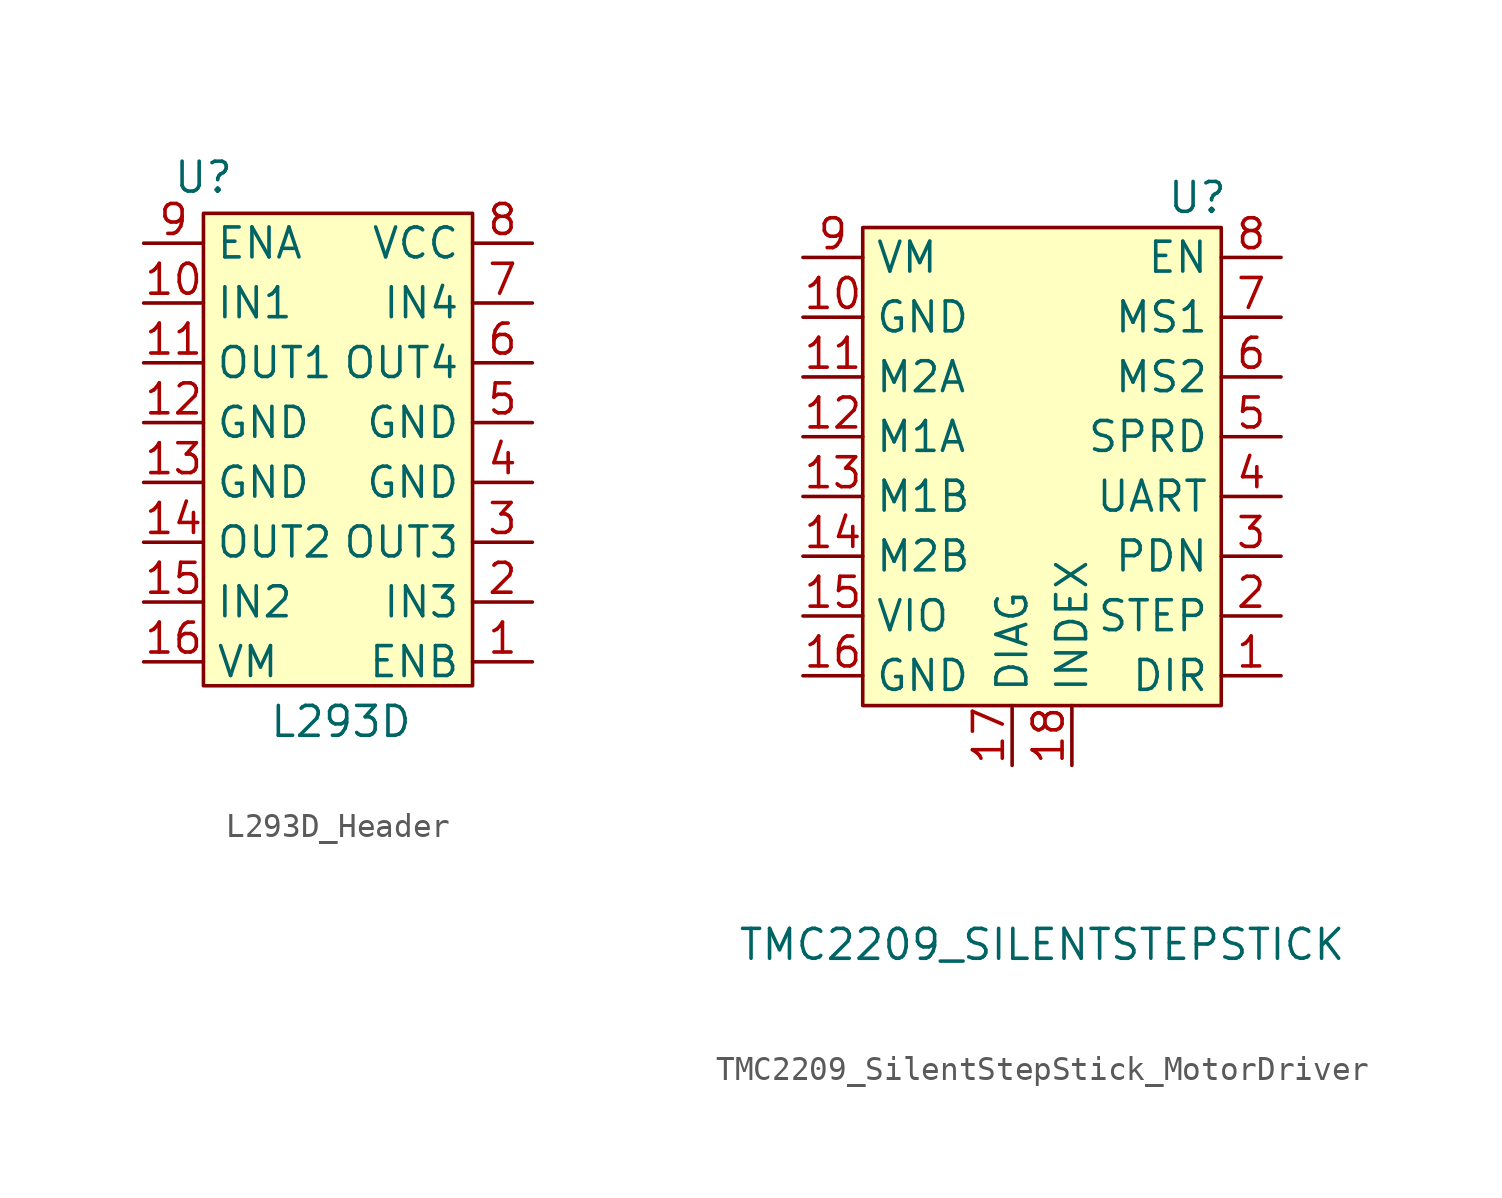
<source format=kicad_sym>
(kicad_symbol_lib
  (version 20231120)
  (generator "kicad_symbol_editor")
  (generator_version "8.0")
  (symbol "L293D_Header"
    (property "Reference" "U"
      (at 0 1.524 0)
      (effects (font (size 1.27 1.27))))
    (property "Value" "L293D"
      (at 5.842 -21.59 0)
      (effects (font (size 1.27 1.27))))
    (symbol "L293D_Header_0_1"
      (rectangle (start 0 0) (end 11.43 -20.066) (stroke (width 0) (type default)) (fill (type background))))
    (symbol "L293D_Header_1_1"
      (pin input line (at 13.97 -19.05 180) (length 2.54) (name "ENB" (effects (font (size 1.27 1.27)))) (number "1" (effects (font (size 1.27 1.27)))))
      (pin input line (at -2.54 -3.81 0) (length 2.54) (name "IN1" (effects (font (size 1.27 1.27)))) (number "10" (effects (font (size 1.27 1.27)))))
      (pin output line (at -2.54 -6.35 0) (length 2.54) (name "OUT1" (effects (font (size 1.27 1.27)))) (number "11" (effects (font (size 1.27 1.27)))))
      (pin input line (at -2.54 -8.89 0) (length 2.54) (name "GND" (effects (font (size 1.27 1.27)))) (number "12" (effects (font (size 1.27 1.27)))))
      (pin input line (at -2.54 -11.43 0) (length 2.54) (name "GND" (effects (font (size 1.27 1.27)))) (number "13" (effects (font (size 1.27 1.27)))))
      (pin output line (at -2.54 -13.97 0) (length 2.54) (name "OUT2" (effects (font (size 1.27 1.27)))) (number "14" (effects (font (size 1.27 1.27)))))
      (pin input line (at -2.54 -16.51 0) (length 2.54) (name "IN2" (effects (font (size 1.27 1.27)))) (number "15" (effects (font (size 1.27 1.27)))))
      (pin power_out line (at -2.54 -19.05 0) (length 2.54) (name "VM" (effects (font (size 1.27 1.27)))) (number "16" (effects (font (size 1.27 1.27)))))
      (pin input line (at 13.97 -16.51 180) (length 2.54) (name "IN3" (effects (font (size 1.27 1.27)))) (number "2" (effects (font (size 1.27 1.27)))))
      (pin output line (at 13.97 -13.97 180) (length 2.54) (name "OUT3" (effects (font (size 1.27 1.27)))) (number "3" (effects (font (size 1.27 1.27)))))
      (pin input line (at 13.97 -11.43 180) (length 2.54) (name "GND" (effects (font (size 1.27 1.27)))) (number "4" (effects (font (size 1.27 1.27)))))
      (pin input line (at 13.97 -8.89 180) (length 2.54) (name "GND" (effects (font (size 1.27 1.27)))) (number "5" (effects (font (size 1.27 1.27)))))
      (pin output line (at 13.97 -6.35 180) (length 2.54) (name "OUT4" (effects (font (size 1.27 1.27)))) (number "6" (effects (font (size 1.27 1.27)))))
      (pin input line (at 13.97 -3.81 180) (length 2.54) (name "IN4" (effects (font (size 1.27 1.27)))) (number "7" (effects (font (size 1.27 1.27)))))
      (pin power_in line (at 13.97 -1.27 180) (length 2.54) (name "VCC" (effects (font (size 1.27 1.27)))) (number "8" (effects (font (size 1.27 1.27)))))
      (pin input line (at -2.54 -1.27 0) (length 2.54) (name "ENA" (effects (font (size 1.27 1.27)))) (number "9" (effects (font (size 1.27 1.27)))))))
  (symbol "TMC2209_SilentStepStick_MotorDriver"
    (property "Reference" "U"
      (at 14.224 1.27 0)
      (effects (font (size 1.27 1.27))))
    (property "Value" "TMC2209_SILENTSTEPSTICK"
      (at 7.62 -30.48 0)
      (effects (font (size 1.27 1.27))))
    (symbol "TMC2209_SilentStepStick_MotorDriver_0_1"
      (rectangle (start 0 -20.32) (end 15.24 0) (stroke (width 0) (type default)) (fill (type background))))
    (symbol "TMC2209_SilentStepStick_MotorDriver_1_1"
      (pin input line (at 17.78 -19.05 180) (length 2.54) (name "DIR" (effects (font (size 1.27 1.27)))) (number "1" (effects (font (size 1.27 1.27)))))
      (pin input line (at -2.54 -3.81 0) (length 2.54) (name "GND" (effects (font (size 1.27 1.27)))) (number "10" (effects (font (size 1.27 1.27)))))
      (pin output line (at -2.54 -6.35 0) (length 2.54) (name "M2A" (effects (font (size 1.27 1.27)))) (number "11" (effects (font (size 1.27 1.27)))))
      (pin output line (at -2.54 -8.89 0) (length 2.54) (name "M1A" (effects (font (size 1.27 1.27)))) (number "12" (effects (font (size 1.27 1.27)))))
      (pin output line (at -2.54 -11.43 0) (length 2.54) (name "M1B" (effects (font (size 1.27 1.27)))) (number "13" (effects (font (size 1.27 1.27)))))
      (pin output line (at -2.54 -13.97 0) (length 2.54) (name "M2B" (effects (font (size 1.27 1.27)))) (number "14" (effects (font (size 1.27 1.27)))))
      (pin input line (at -2.54 -16.51 0) (length 2.54) (name "VIO" (effects (font (size 1.27 1.27)))) (number "15" (effects (font (size 1.27 1.27)))))
      (pin input line (at -2.54 -19.05 0) (length 2.54) (name "GND" (effects (font (size 1.27 1.27)))) (number "16" (effects (font (size 1.27 1.27)))))
      (pin output line (at 6.35 -22.86 90) (length 2.54) (name "DIAG" (effects (font (size 1.27 1.27)))) (number "17" (effects (font (size 1.27 1.27)))))
      (pin output line (at 8.89 -22.86 90) (length 2.54) (name "INDEX" (effects (font (size 1.27 1.27)))) (number "18" (effects (font (size 1.27 1.27)))))
      (pin input line (at 17.78 -16.51 180) (length 2.54) (name "STEP" (effects (font (size 1.27 1.27)))) (number "2" (effects (font (size 1.27 1.27)))))
      (pin input line (at 17.78 -13.97 180) (length 2.54) (name "PDN" (effects (font (size 1.27 1.27)))) (number "3" (effects (font (size 1.27 1.27)))))
      (pin input line (at 17.78 -11.43 180) (length 2.54) (name "UART" (effects (font (size 1.27 1.27)))) (number "4" (effects (font (size 1.27 1.27)))))
      (pin input line (at 17.78 -8.89 180) (length 2.54) (name "SPRD" (effects (font (size 1.27 1.27)))) (number "5" (effects (font (size 1.27 1.27)))))
      (pin input line (at 17.78 -6.35 180) (length 2.54) (name "MS2" (effects (font (size 1.27 1.27)))) (number "6" (effects (font (size 1.27 1.27)))))
      (pin input line (at 17.78 -3.81 180) (length 2.54) (name "MS1" (effects (font (size 1.27 1.27)))) (number "7" (effects (font (size 1.27 1.27)))))
      (pin input line (at 17.78 -1.27 180) (length 2.54) (name "EN" (effects (font (size 1.27 1.27)))) (number "8" (effects (font (size 1.27 1.27)))))
      (pin power_in line (at -2.54 -1.27 0) (length 2.54) (name "VM" (effects (font (size 1.27 1.27)))) (number "9" (effects (font (size 1.27 1.27))))))))
</source>
